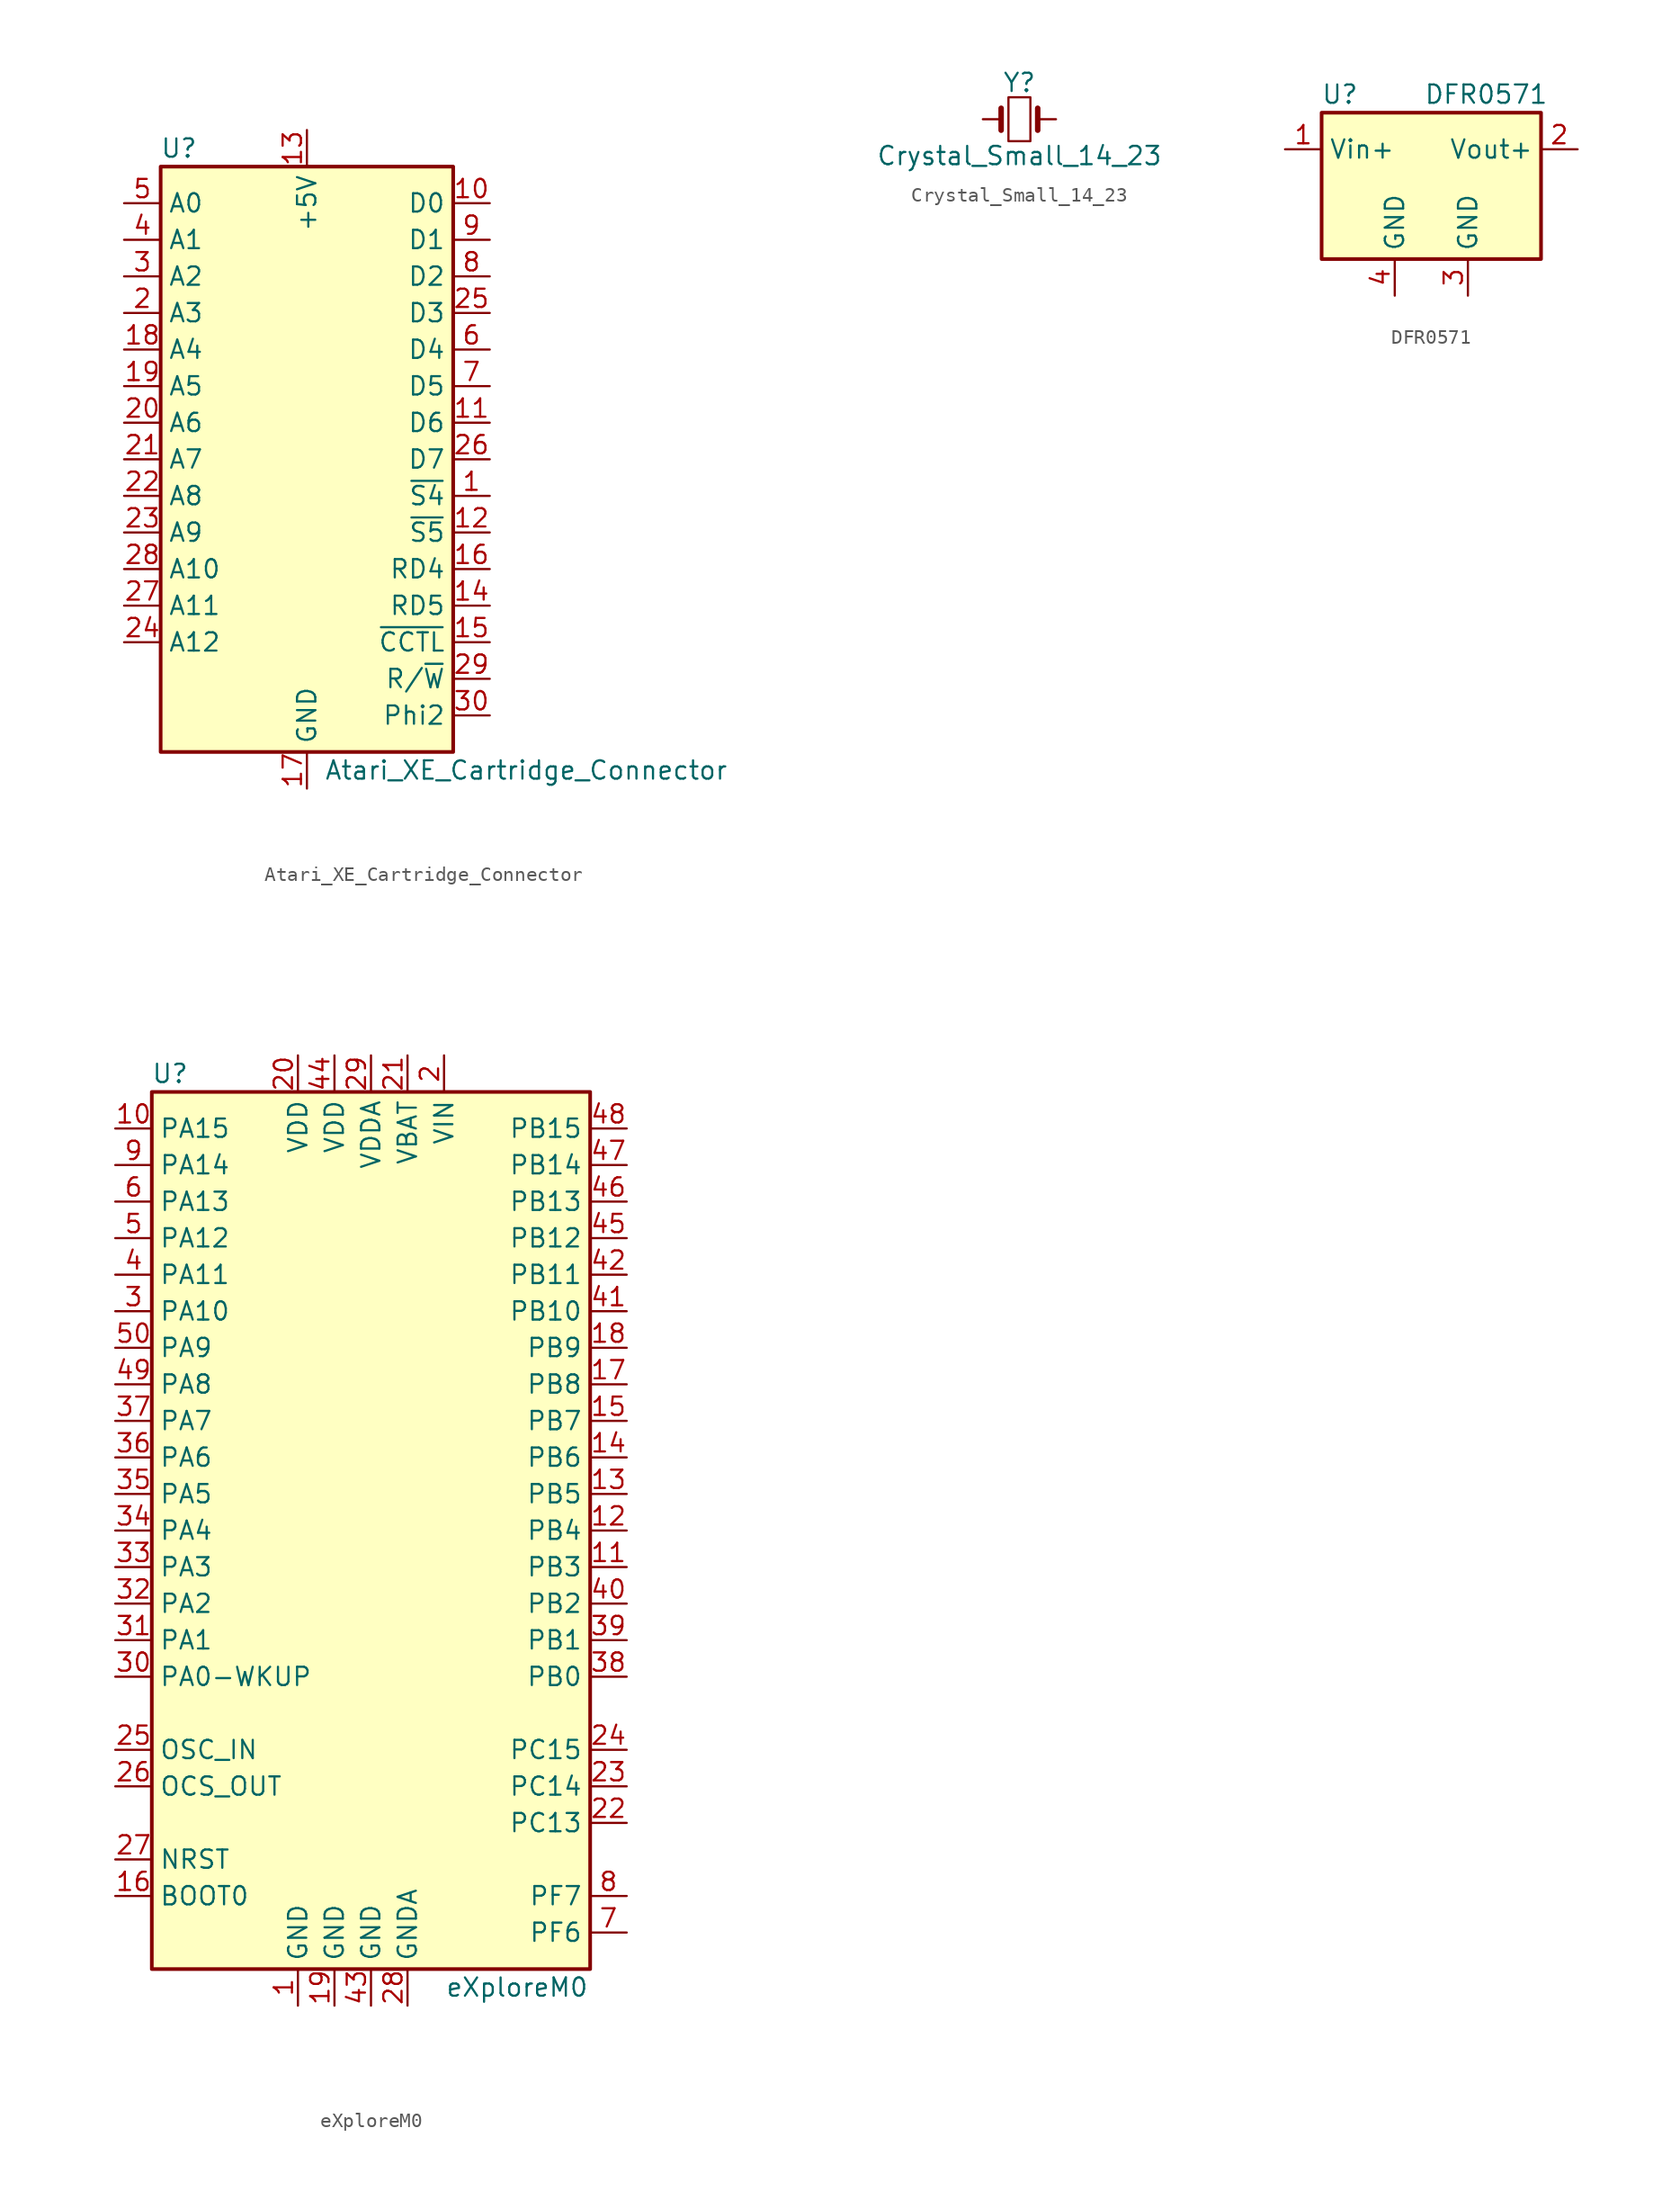
<source format=kicad_sym>
(kicad_symbol_lib
  (version 20231120)
  (generator "kicad_symbol_editor")
  (generator_version "8.0")
  (symbol "Atari_XE_Cartridge_Connector"
    (property "Reference" "U"
      (at -8.89 21.59 0)
      (effects (font (size 1.27 1.27))))
    (property "Value" "Atari_XE_Cartridge_Connector"
      (at 15.24 -21.59 0)
      (effects (font (size 1.27 1.27))))
    (symbol "Atari_XE_Cartridge_Connector_1_1"
      (rectangle (start -10.16 -20.32) (end 10.16 20.32) (stroke (width 0.254) (type default)) (fill (type background)))
      (pin output line (at 12.7 -2.54 180) (length 2.54) (name "~{S4}" (effects (font (size 1.27 1.27)))) (number "1" (effects (font (size 1.27 1.27)))))
      (pin bidirectional line (at 12.7 17.78 180) (length 2.54) (name "D0" (effects (font (size 1.27 1.27)))) (number "10" (effects (font (size 1.27 1.27)))))
      (pin bidirectional line (at 12.7 2.54 180) (length 2.54) (name "D6" (effects (font (size 1.27 1.27)))) (number "11" (effects (font (size 1.27 1.27)))))
      (pin output line (at 12.7 -5.08 180) (length 2.54) (name "~{S5}" (effects (font (size 1.27 1.27)))) (number "12" (effects (font (size 1.27 1.27)))))
      (pin power_out line (at 0 22.86 270) (length 2.54) (name "+5V" (effects (font (size 1.27 1.27)))) (number "13" (effects (font (size 1.27 1.27)))))
      (pin input line (at 12.7 -10.16 180) (length 2.54) (name "RD5" (effects (font (size 1.27 1.27)))) (number "14" (effects (font (size 1.27 1.27)))))
      (pin output line (at 12.7 -12.7 180) (length 2.54) (name "~{CCTL}" (effects (font (size 1.27 1.27)))) (number "15" (effects (font (size 1.27 1.27)))))
      (pin input line (at 12.7 -7.62 180) (length 2.54) (name "RD4" (effects (font (size 1.27 1.27)))) (number "16" (effects (font (size 1.27 1.27)))))
      (pin power_out line (at 0 -22.86 90) (length 2.54) (name "GND" (effects (font (size 1.27 1.27)))) (number "17" (effects (font (size 1.27 1.27)))))
      (pin output line (at -12.7 7.62 0) (length 2.54) (name "A4" (effects (font (size 1.27 1.27)))) (number "18" (effects (font (size 1.27 1.27)))))
      (pin output line (at -12.7 5.08 0) (length 2.54) (name "A5" (effects (font (size 1.27 1.27)))) (number "19" (effects (font (size 1.27 1.27)))))
      (pin output line (at -12.7 10.16 0) (length 2.54) (name "A3" (effects (font (size 1.27 1.27)))) (number "2" (effects (font (size 1.27 1.27)))))
      (pin output line (at -12.7 2.54 0) (length 2.54) (name "A6" (effects (font (size 1.27 1.27)))) (number "20" (effects (font (size 1.27 1.27)))))
      (pin output line (at -12.7 0 0) (length 2.54) (name "A7" (effects (font (size 1.27 1.27)))) (number "21" (effects (font (size 1.27 1.27)))))
      (pin output line (at -12.7 -2.54 0) (length 2.54) (name "A8" (effects (font (size 1.27 1.27)))) (number "22" (effects (font (size 1.27 1.27)))))
      (pin output line (at -12.7 -5.08 0) (length 2.54) (name "A9" (effects (font (size 1.27 1.27)))) (number "23" (effects (font (size 1.27 1.27)))))
      (pin output line (at -12.7 -12.7 0) (length 2.54) (name "A12" (effects (font (size 1.27 1.27)))) (number "24" (effects (font (size 1.27 1.27)))))
      (pin bidirectional line (at 12.7 10.16 180) (length 2.54) (name "D3" (effects (font (size 1.27 1.27)))) (number "25" (effects (font (size 1.27 1.27)))))
      (pin bidirectional line (at 12.7 0 180) (length 2.54) (name "D7" (effects (font (size 1.27 1.27)))) (number "26" (effects (font (size 1.27 1.27)))))
      (pin output line (at -12.7 -10.16 0) (length 2.54) (name "A11" (effects (font (size 1.27 1.27)))) (number "27" (effects (font (size 1.27 1.27)))))
      (pin output line (at -12.7 -7.62 0) (length 2.54) (name "A10" (effects (font (size 1.27 1.27)))) (number "28" (effects (font (size 1.27 1.27)))))
      (pin output line (at 12.7 -15.24 180) (length 2.54) (name "R/~{W}" (effects (font (size 1.27 1.27)))) (number "29" (effects (font (size 1.27 1.27)))))
      (pin output line (at -12.7 12.7 0) (length 2.54) (name "A2" (effects (font (size 1.27 1.27)))) (number "3" (effects (font (size 1.27 1.27)))))
      (pin output line (at 12.7 -17.78 180) (length 2.54) (name "Phi2" (effects (font (size 1.27 1.27)))) (number "30" (effects (font (size 1.27 1.27)))))
      (pin output line (at -12.7 15.24 0) (length 2.54) (name "A1" (effects (font (size 1.27 1.27)))) (number "4" (effects (font (size 1.27 1.27)))))
      (pin output line (at -12.7 17.78 0) (length 2.54) (name "A0" (effects (font (size 1.27 1.27)))) (number "5" (effects (font (size 1.27 1.27)))))
      (pin bidirectional line (at 12.7 7.62 180) (length 2.54) (name "D4" (effects (font (size 1.27 1.27)))) (number "6" (effects (font (size 1.27 1.27)))))
      (pin bidirectional line (at 12.7 5.08 180) (length 2.54) (name "D5" (effects (font (size 1.27 1.27)))) (number "7" (effects (font (size 1.27 1.27)))))
      (pin bidirectional line (at 12.7 12.7 180) (length 2.54) (name "D2" (effects (font (size 1.27 1.27)))) (number "8" (effects (font (size 1.27 1.27)))))
      (pin bidirectional line (at 12.7 15.24 180) (length 2.54) (name "D1" (effects (font (size 1.27 1.27)))) (number "9" (effects (font (size 1.27 1.27)))))))
  (symbol "Crystal_Small_14_23"
    (pin_numbers hide)
    (pin_names
      (offset 1.016) hide)
    (property "Reference" "Y"
      (at 0 2.54 0)
      (effects (font (size 1.27 1.27))))
    (property "Value" "Crystal_Small_14_23"
      (at 0 -2.54 0)
      (effects (font (size 1.27 1.27))))
    (symbol "Crystal_Small_14_23_0_1"
      (rectangle (start -0.762 -1.524) (end 0.762 1.524) (stroke (width 0) (type default)) (fill (type none)))
      (polyline (pts (xy -1.27 -0.762) (xy -1.27 0.762)) (stroke (width 0.381) (type default)) (fill (type none)))
      (polyline (pts (xy 1.27 -0.762) (xy 1.27 0.762)) (stroke (width 0.381) (type default)) (fill (type none))))
    (symbol "Crystal_Small_14_23_1_1"
      (pin passive line (at -2.54 0 0) (length 1.27) (name "1" (effects (font (size 1.27 1.27)))) (number "1" (effects (font (size 1.27 1.27)))))
      (pin passive line (at 2.54 0 180) (length 1.27) (name "2" (effects (font (size 1.27 1.27)))) (number "2" (effects (font (size 1.27 1.27)))))
      (pin passive line (at 2.54 0 180) (length 1.27) hide (name "3" (effects (font (size 1.27 1.27)))) (number "3" (effects (font (size 1.27 1.27)))))
      (pin passive line (at -2.54 0 0) (length 1.27) hide (name "4" (effects (font (size 1.27 1.27)))) (number "4" (effects (font (size 1.27 1.27)))))))
  (symbol "DFR0571"
    (property "Reference" "U"
      (at -6.35 6.35 0)
      (effects (font (size 1.27 1.27))))
    (property "Value" "DFR0571"
      (at 3.81 6.35 0)
      (effects (font (size 1.27 1.27))))
    (symbol "DFR0571_1_1"
      (rectangle (start -7.62 5.08) (end 7.62 -5.08) (stroke (width 0.254) (type default)) (fill (type background)))
      (pin power_in line (at -10.16 2.54 0) (length 2.54) (name "Vin+" (effects (font (size 1.27 1.27)))) (number "1" (effects (font (size 1.27 1.27)))))
      (pin power_out line (at 10.16 2.54 180) (length 2.54) (name "Vout+" (effects (font (size 1.27 1.27)))) (number "2" (effects (font (size 1.27 1.27)))))
      (pin power_in line (at 2.54 -7.62 90) (length 2.54) (name "GND" (effects (font (size 1.27 1.27)))) (number "3" (effects (font (size 1.27 1.27)))))
      (pin power_in line (at -2.54 -7.62 90) (length 2.54) (name "GND" (effects (font (size 1.27 1.27)))) (number "4" (effects (font (size 1.27 1.27)))))))
  (symbol "eXploreM0"
    (property "Reference" "U"
      (at -13.97 31.75 0)
      (effects (font (size 1.27 1.27))))
    (property "Value" "eXploreM0"
      (at 10.16 -31.75 0)
      (effects (font (size 1.27 1.27))))
    (symbol "eXploreM0_1_1"
      (rectangle (start -15.24 -30.48) (end 15.24 30.48) (stroke (width 0.254) (type default)) (fill (type background)))
      (pin power_out line (at -5.08 -33.02 90) (length 2.54) (name "GND" (effects (font (size 1.27 1.27)))) (number "1" (effects (font (size 1.27 1.27)))))
      (pin bidirectional line (at -17.78 27.94 0) (length 2.54) (name "PA15" (effects (font (size 1.27 1.27)))) (number "10" (effects (font (size 1.27 1.27)))))
      (pin bidirectional line (at 17.78 -2.54 180) (length 2.54) (name "PB3" (effects (font (size 1.27 1.27)))) (number "11" (effects (font (size 1.27 1.27)))))
      (pin bidirectional line (at 17.78 0 180) (length 2.54) (name "PB4" (effects (font (size 1.27 1.27)))) (number "12" (effects (font (size 1.27 1.27)))))
      (pin bidirectional line (at 17.78 2.54 180) (length 2.54) (name "PB5" (effects (font (size 1.27 1.27)))) (number "13" (effects (font (size 1.27 1.27)))))
      (pin bidirectional line (at 17.78 5.08 180) (length 2.54) (name "PB6" (effects (font (size 1.27 1.27)))) (number "14" (effects (font (size 1.27 1.27)))))
      (pin bidirectional line (at 17.78 7.62 180) (length 2.54) (name "PB7" (effects (font (size 1.27 1.27)))) (number "15" (effects (font (size 1.27 1.27)))))
      (pin input line (at -17.78 -25.4 0) (length 2.54) (name "BOOT0" (effects (font (size 1.27 1.27)))) (number "16" (effects (font (size 1.27 1.27)))))
      (pin bidirectional line (at 17.78 10.16 180) (length 2.54) (name "PB8" (effects (font (size 1.27 1.27)))) (number "17" (effects (font (size 1.27 1.27)))))
      (pin bidirectional line (at 17.78 12.7 180) (length 2.54) (name "PB9" (effects (font (size 1.27 1.27)))) (number "18" (effects (font (size 1.27 1.27)))))
      (pin power_out line (at -2.54 -33.02 90) (length 2.54) (name "GND" (effects (font (size 1.27 1.27)))) (number "19" (effects (font (size 1.27 1.27)))))
      (pin power_out line (at 5.08 33.02 270) (length 2.54) (name "VIN" (effects (font (size 1.27 1.27)))) (number "2" (effects (font (size 1.27 1.27)))))
      (pin power_out line (at -5.08 33.02 270) (length 2.54) (name "VDD" (effects (font (size 1.27 1.27)))) (number "20" (effects (font (size 1.27 1.27)))))
      (pin power_in line (at 2.54 33.02 270) (length 2.54) (name "VBAT" (effects (font (size 1.27 1.27)))) (number "21" (effects (font (size 1.27 1.27)))))
      (pin bidirectional line (at 17.78 -20.32 180) (length 2.54) (name "PC13" (effects (font (size 1.27 1.27)))) (number "22" (effects (font (size 1.27 1.27)))))
      (pin bidirectional line (at 17.78 -17.78 180) (length 2.54) (name "PC14" (effects (font (size 1.27 1.27)))) (number "23" (effects (font (size 1.27 1.27)))))
      (pin bidirectional line (at 17.78 -15.24 180) (length 2.54) (name "PC15" (effects (font (size 1.27 1.27)))) (number "24" (effects (font (size 1.27 1.27)))))
      (pin bidirectional line (at -17.78 -15.24 0) (length 2.54) (name "OSC_IN" (effects (font (size 1.27 1.27)))) (number "25" (effects (font (size 1.27 1.27)))))
      (pin bidirectional line (at -17.78 -17.78 0) (length 2.54) (name "OCS_OUT" (effects (font (size 1.27 1.27)))) (number "26" (effects (font (size 1.27 1.27)))))
      (pin input line (at -17.78 -22.86 0) (length 2.54) (name "NRST" (effects (font (size 1.27 1.27)))) (number "27" (effects (font (size 1.27 1.27)))))
      (pin power_out line (at 2.54 -33.02 90) (length 2.54) (name "GNDA" (effects (font (size 1.27 1.27)))) (number "28" (effects (font (size 1.27 1.27)))))
      (pin power_out line (at 0 33.02 270) (length 2.54) (name "VDDA" (effects (font (size 1.27 1.27)))) (number "29" (effects (font (size 1.27 1.27)))))
      (pin bidirectional line (at -17.78 15.24 0) (length 2.54) (name "PA10" (effects (font (size 1.27 1.27)))) (number "3" (effects (font (size 1.27 1.27)))))
      (pin bidirectional line (at -17.78 -10.16 0) (length 2.54) (name "PA0-WKUP" (effects (font (size 1.27 1.27)))) (number "30" (effects (font (size 1.27 1.27)))))
      (pin bidirectional line (at -17.78 -7.62 0) (length 2.54) (name "PA1" (effects (font (size 1.27 1.27)))) (number "31" (effects (font (size 1.27 1.27)))))
      (pin bidirectional line (at -17.78 -5.08 0) (length 2.54) (name "PA2" (effects (font (size 1.27 1.27)))) (number "32" (effects (font (size 1.27 1.27)))))
      (pin bidirectional line (at -17.78 -2.54 0) (length 2.54) (name "PA3" (effects (font (size 1.27 1.27)))) (number "33" (effects (font (size 1.27 1.27)))))
      (pin bidirectional line (at -17.78 0 0) (length 2.54) (name "PA4" (effects (font (size 1.27 1.27)))) (number "34" (effects (font (size 1.27 1.27)))))
      (pin bidirectional line (at -17.78 2.54 0) (length 2.54) (name "PA5" (effects (font (size 1.27 1.27)))) (number "35" (effects (font (size 1.27 1.27)))))
      (pin bidirectional line (at -17.78 5.08 0) (length 2.54) (name "PA6" (effects (font (size 1.27 1.27)))) (number "36" (effects (font (size 1.27 1.27)))))
      (pin bidirectional line (at -17.78 7.62 0) (length 2.54) (name "PA7" (effects (font (size 1.27 1.27)))) (number "37" (effects (font (size 1.27 1.27)))))
      (pin bidirectional line (at 17.78 -10.16 180) (length 2.54) (name "PB0" (effects (font (size 1.27 1.27)))) (number "38" (effects (font (size 1.27 1.27)))))
      (pin bidirectional line (at 17.78 -7.62 180) (length 2.54) (name "PB1" (effects (font (size 1.27 1.27)))) (number "39" (effects (font (size 1.27 1.27)))))
      (pin bidirectional line (at -17.78 17.78 0) (length 2.54) (name "PA11" (effects (font (size 1.27 1.27)))) (number "4" (effects (font (size 1.27 1.27)))))
      (pin bidirectional line (at 17.78 -5.08 180) (length 2.54) (name "PB2" (effects (font (size 1.27 1.27)))) (number "40" (effects (font (size 1.27 1.27)))))
      (pin bidirectional line (at 17.78 15.24 180) (length 2.54) (name "PB10" (effects (font (size 1.27 1.27)))) (number "41" (effects (font (size 1.27 1.27)))))
      (pin bidirectional line (at 17.78 17.78 180) (length 2.54) (name "PB11" (effects (font (size 1.27 1.27)))) (number "42" (effects (font (size 1.27 1.27)))))
      (pin power_out line (at 0 -33.02 90) (length 2.54) (name "GND" (effects (font (size 1.27 1.27)))) (number "43" (effects (font (size 1.27 1.27)))))
      (pin power_out line (at -2.54 33.02 270) (length 2.54) (name "VDD" (effects (font (size 1.27 1.27)))) (number "44" (effects (font (size 1.27 1.27)))))
      (pin bidirectional line (at 17.78 20.32 180) (length 2.54) (name "PB12" (effects (font (size 1.27 1.27)))) (number "45" (effects (font (size 1.27 1.27)))))
      (pin bidirectional line (at 17.78 22.86 180) (length 2.54) (name "PB13" (effects (font (size 1.27 1.27)))) (number "46" (effects (font (size 1.27 1.27)))))
      (pin bidirectional line (at 17.78 25.4 180) (length 2.54) (name "PB14" (effects (font (size 1.27 1.27)))) (number "47" (effects (font (size 1.27 1.27)))))
      (pin bidirectional line (at 17.78 27.94 180) (length 2.54) (name "PB15" (effects (font (size 1.27 1.27)))) (number "48" (effects (font (size 1.27 1.27)))))
      (pin bidirectional line (at -17.78 10.16 0) (length 2.54) (name "PA8" (effects (font (size 1.27 1.27)))) (number "49" (effects (font (size 1.27 1.27)))))
      (pin bidirectional line (at -17.78 20.32 0) (length 2.54) (name "PA12" (effects (font (size 1.27 1.27)))) (number "5" (effects (font (size 1.27 1.27)))))
      (pin bidirectional line (at -17.78 12.7 0) (length 2.54) (name "PA9" (effects (font (size 1.27 1.27)))) (number "50" (effects (font (size 1.27 1.27)))))
      (pin bidirectional line (at -17.78 22.86 0) (length 2.54) (name "PA13" (effects (font (size 1.27 1.27)))) (number "6" (effects (font (size 1.27 1.27)))))
      (pin bidirectional line (at 17.78 -27.94 180) (length 2.54) (name "PF6" (effects (font (size 1.27 1.27)))) (number "7" (effects (font (size 1.27 1.27)))))
      (pin bidirectional line (at 17.78 -25.4 180) (length 2.54) (name "PF7" (effects (font (size 1.27 1.27)))) (number "8" (effects (font (size 1.27 1.27)))))
      (pin bidirectional line (at -17.78 25.4 0) (length 2.54) (name "PA14" (effects (font (size 1.27 1.27)))) (number "9" (effects (font (size 1.27 1.27))))))))
</source>
